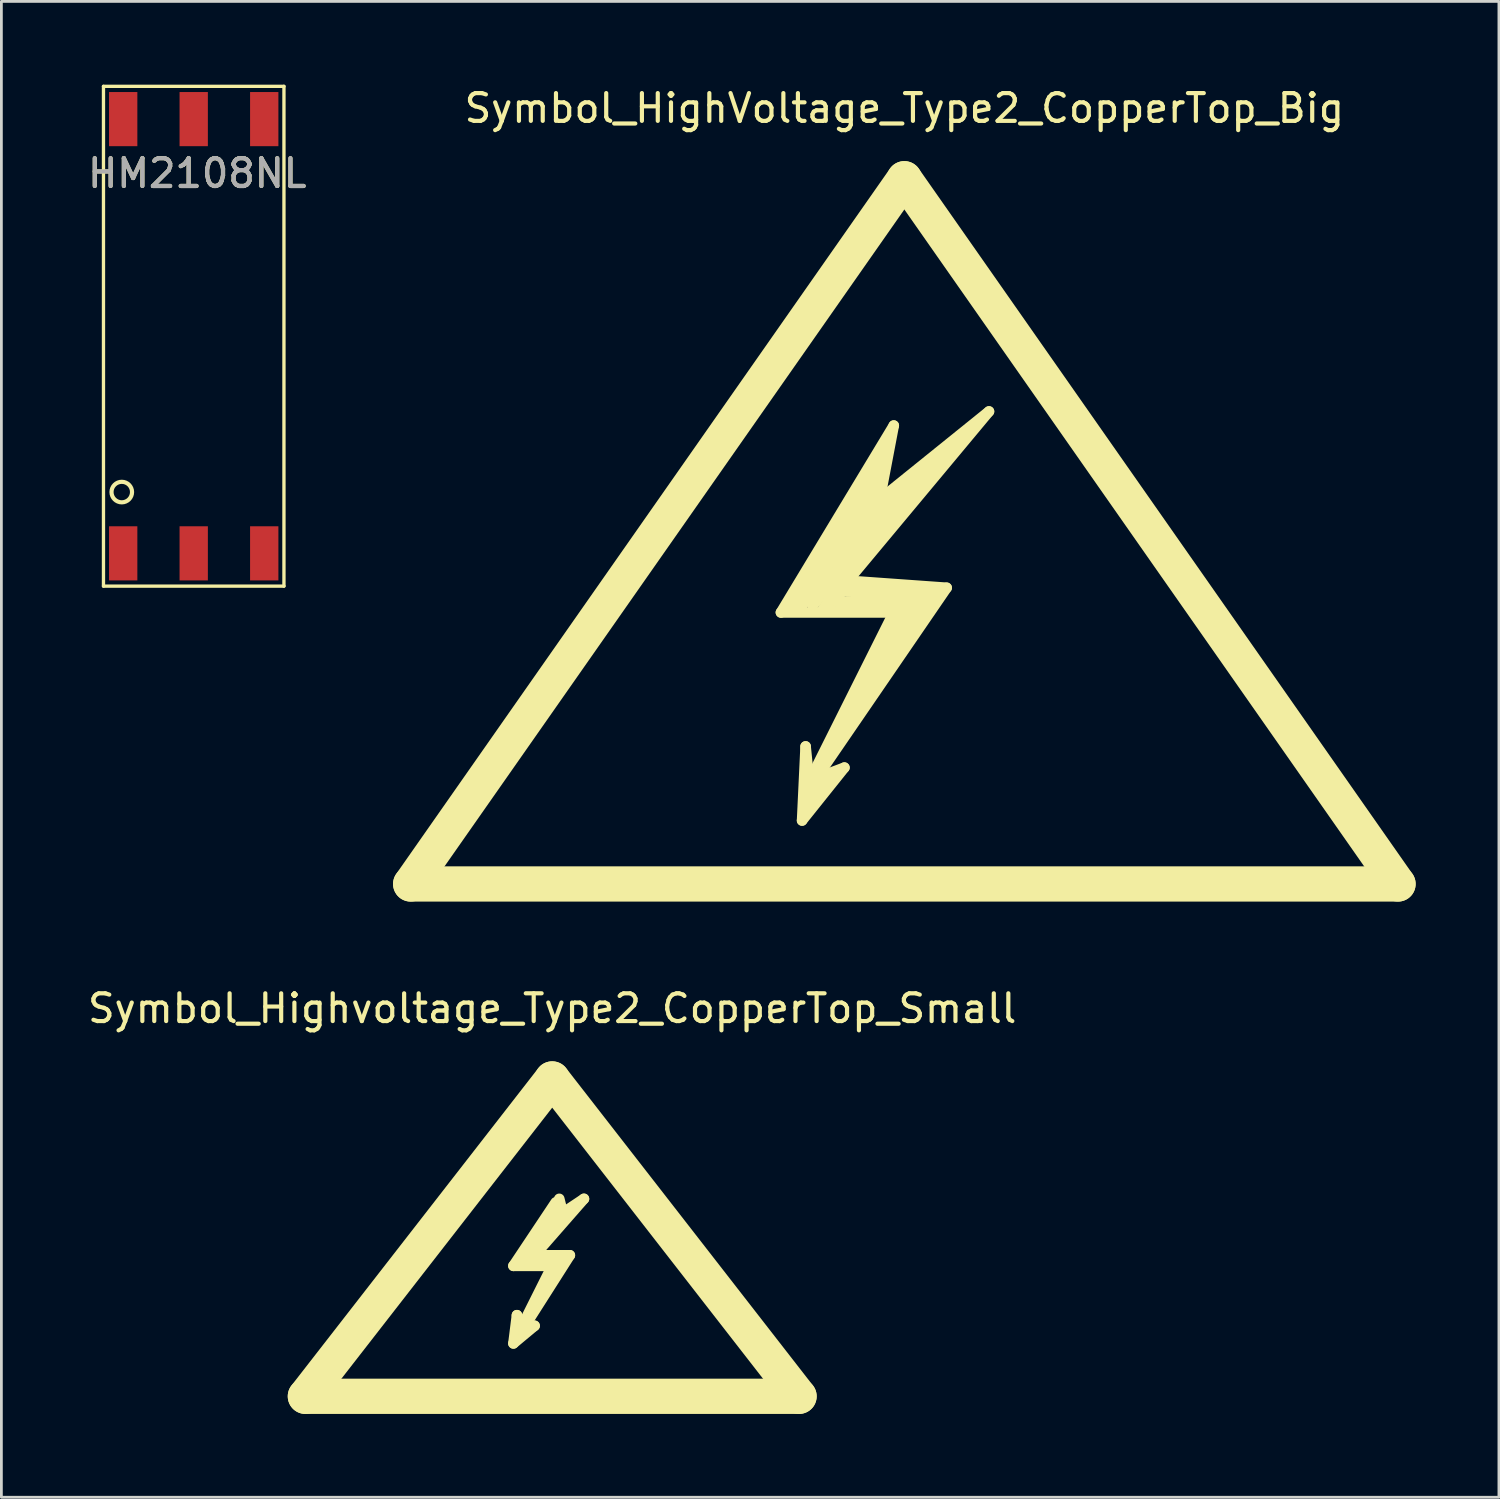
<source format=kicad_pcb>
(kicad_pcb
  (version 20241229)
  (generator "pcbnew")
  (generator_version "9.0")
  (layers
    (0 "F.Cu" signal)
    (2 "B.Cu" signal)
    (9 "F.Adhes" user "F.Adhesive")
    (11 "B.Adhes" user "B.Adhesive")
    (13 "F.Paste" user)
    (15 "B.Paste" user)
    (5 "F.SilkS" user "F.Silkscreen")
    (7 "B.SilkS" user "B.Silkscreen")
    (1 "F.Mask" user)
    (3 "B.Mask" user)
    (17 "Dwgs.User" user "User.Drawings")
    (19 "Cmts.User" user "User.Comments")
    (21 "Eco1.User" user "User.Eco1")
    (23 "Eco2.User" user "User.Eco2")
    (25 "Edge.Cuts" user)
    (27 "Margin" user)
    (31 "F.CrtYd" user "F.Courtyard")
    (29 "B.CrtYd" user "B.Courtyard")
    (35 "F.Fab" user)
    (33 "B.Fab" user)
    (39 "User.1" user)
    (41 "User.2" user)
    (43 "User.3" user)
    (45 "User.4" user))
  (footprint "HM2108NL"
    (layer "F.Cu")
    (at 3.927 9.06)
    (property "Reference" "HM2108NL" (at 0.127 -5.867 0) (layer "F.SilkS") (effects (font (size 1 1) (thickness 0.15))))
    (attr smd)
    (fp_line (start -3.25 -9) (end 3.25 -9) (stroke (width 0.12) (type solid)) (layer "F.SilkS"))
    (fp_line (start -3.25 9) (end -3.25 -9) (stroke (width 0.12) (type solid)) (layer "F.SilkS"))
    (fp_line (start 3.25 -9) (end 3.25 9) (stroke (width 0.12) (type solid)) (layer "F.SilkS"))
    (fp_line (start 3.25 9) (end -3.25 9) (stroke (width 0.12) (type solid)) (layer "F.SilkS"))
    (fp_circle (center -2.591 5.613) (end -2.235 5.512) (stroke (width 0.15) (type solid)) (fill no) (layer "F.SilkS"))
    (fp_text user "${REFERENCE}" (at 0.127 -5.867 0) (layer "F.Fab") (effects (font (size 1 1) (thickness 0.15))))
    (pad "1" smd rect (at -2.54 7.82) (size 1.02 1.95) (layers "F.Cu" "F.Mask" "F.Paste"))
    (pad "2" smd rect (at 0 7.82) (size 1.02 1.95) (layers "F.Cu" "F.Mask" "F.Paste"))
    (pad "3" smd rect (at 2.54 7.82) (size 1.02 1.95) (layers "F.Cu" "F.Mask" "F.Paste"))
    (pad "4" smd rect (at -2.54 -7.82) (size 1.02 1.95) (layers "F.Cu" "F.Mask" "F.Paste"))
    (pad "5" smd rect (at 0 -7.82) (size 1.02 1.95) (layers "F.Cu" "F.Mask" "F.Paste"))
    (pad "6" smd rect (at 2.54 -7.82) (size 1.02 1.95) (layers "F.Cu" "F.Mask" "F.Paste")))
  (footprint "Symbol_Highvoltage_Type2_CopperTop_Small"
    (layer "F.Cu")
    (at 16.839 43.431)
    (property "Reference" "Symbol_Highvoltage_Type2_CopperTop_Small" (at 0 -10.16 0) (layer "F.SilkS") (effects (font (size 1 1) (thickness 0.15))))
    (attr exclude_from_pos_files exclude_from_bom)
    (fp_line (start -8.89 3.81) (end 0 -7.62) (stroke (width 1.27) (type solid)) (layer "F.SilkS"))
    (fp_line (start -1.397 -0.889) (end 0 -0.889) (stroke (width 0.381) (type solid)) (layer "F.SilkS"))
    (fp_line (start -1.397 1.905) (end -0.635 1.27) (stroke (width 0.381) (type solid)) (layer "F.SilkS"))
    (fp_line (start -1.27 0.889) (end -1.397 1.905) (stroke (width 0.381) (type solid)) (layer "F.SilkS"))
    (fp_line (start -1.143 1.397) (end -1.27 0.889) (stroke (width 0.381) (type solid)) (layer "F.SilkS"))
    (fp_line (start -1.143 1.524) (end 0.635 -1.27) (stroke (width 0.381) (type solid)) (layer "F.SilkS"))
    (fp_line (start -1.016 -1.016) (end 0.254 -1.016) (stroke (width 0.381) (type solid)) (layer "F.SilkS"))
    (fp_line (start -0.635 -1.27) (end 1.143 -3.302) (stroke (width 0.381) (type solid)) (layer "F.SilkS"))
    (fp_line (start -0.635 1.27) (end -1.143 1.524) (stroke (width 0.381) (type solid)) (layer "F.SilkS"))
    (fp_line (start 0 -7.62) (end 8.89 3.81) (stroke (width 1.27) (type solid)) (layer "F.SilkS"))
    (fp_line (start 0 -0.889) (end -1.143 1.397) (stroke (width 0.381) (type solid)) (layer "F.SilkS"))
    (fp_line (start 0.127 -3.175) (end -1.397 -0.889) (stroke (width 0.381) (type solid)) (layer "F.SilkS"))
    (fp_line (start 0.381 -2.921) (end -1.016 -1.016) (stroke (width 0.381) (type solid)) (layer "F.SilkS"))
    (fp_line (start 0.381 -2.794) (end 0.254 -3.302) (stroke (width 0.381) (type solid)) (layer "F.SilkS"))
    (fp_line (start 0.635 -1.27) (end -0.635 -1.27) (stroke (width 0.381) (type solid)) (layer "F.SilkS"))
    (fp_line (start 1.143 -3.302) (end 0.381 -2.794) (stroke (width 0.381) (type solid)) (layer "F.SilkS"))
    (fp_line (start 8.89 3.81) (end -8.89 3.81) (stroke (width 1.27) (type solid)) (layer "F.SilkS")))
  (footprint "Symbol_HighVoltage_Type2_CopperTop_Big"
    (layer "F.Cu")
    (at 29.522 18.628)
    (property "Reference" "Symbol_HighVoltage_Type2_CopperTop_Big" (at 0 -17.78 0) (layer "F.SilkS") (effects (font (size 1 1) (thickness 0.15))))
    (attr exclude_from_pos_files exclude_from_bom)
    (fp_line (start -17.78 10.16) (end 0 -15.24) (stroke (width 1.27) (type solid)) (layer "F.SilkS"))
    (fp_line (start -4.445 0.381) (end -0.381 0.381) (stroke (width 0.381) (type solid)) (layer "F.SilkS"))
    (fp_line (start -4.064 0.254) (end -0.889 -4.318) (stroke (width 0.381) (type solid)) (layer "F.SilkS"))
    (fp_line (start -3.683 0.127) (end -1.016 -3.556) (stroke (width 0.381) (type solid)) (layer "F.SilkS"))
    (fp_line (start -3.683 7.874) (end -2.159 5.969) (stroke (width 0.381) (type solid)) (layer "F.SilkS"))
    (fp_line (start -3.556 5.207) (end -3.683 7.874) (stroke (width 0.381) (type solid)) (layer "F.SilkS"))
    (fp_line (start -3.556 7.239) (end -3.175 6.35) (stroke (width 0.381) (type solid)) (layer "F.SilkS"))
    (fp_line (start -3.429 6.477) (end -3.556 5.207) (stroke (width 0.381) (type solid)) (layer "F.SilkS"))
    (fp_line (start -3.302 0.127) (end 1.397 -5.207) (stroke (width 0.381) (type solid)) (layer "F.SilkS"))
    (fp_line (start -3.175 6.096) (end -3.048 6.223) (stroke (width 0.381) (type solid)) (layer "F.SilkS"))
    (fp_line (start -3.175 6.35) (end -3.048 5.969) (stroke (width 0.381) (type solid)) (layer "F.SilkS"))
    (fp_line (start -3.175 6.35) (end 1.524 -0.508) (stroke (width 0.381) (type solid)) (layer "F.SilkS"))
    (fp_line (start -3.048 5.969) (end -3.175 6.096) (stroke (width 0.381) (type solid)) (layer "F.SilkS"))
    (fp_line (start -2.921 0.254) (end 0.762 0.127) (stroke (width 0.381) (type solid)) (layer "F.SilkS"))
    (fp_line (start -2.794 6.477) (end -3.556 7.239) (stroke (width 0.381) (type solid)) (layer "F.SilkS"))
    (fp_line (start -2.667 5.461) (end 0.127 0.127) (stroke (width 0.381) (type solid)) (layer "F.SilkS"))
    (fp_line (start -2.413 0) (end 0.635 -0.127) (stroke (width 0.381) (type solid)) (layer "F.SilkS"))
    (fp_line (start -2.286 -1.524) (end 0.254 -4.445) (stroke (width 0.381) (type solid)) (layer "F.SilkS"))
    (fp_line (start -2.286 -1.016) (end -2.032 -0.381) (stroke (width 0.381) (type solid)) (layer "F.SilkS"))
    (fp_line (start -2.286 -0.381) (end -2.413 0) (stroke (width 0.381) (type solid)) (layer "F.SilkS"))
    (fp_line (start -2.159 5.969) (end -3.175 6.35) (stroke (width 0.381) (type solid)) (layer "F.SilkS"))
    (fp_line (start -2.032 -0.762) (end 3.048 -6.858) (stroke (width 0.381) (type solid)) (layer "F.SilkS"))
    (fp_line (start -1.016 -3.556) (end -3.302 0.127) (stroke (width 0.381) (type solid)) (layer "F.SilkS"))
    (fp_line (start -0.889 -4.318) (end -3.683 0.127) (stroke (width 0.381) (type solid)) (layer "F.SilkS"))
    (fp_line (start -0.889 -3.683) (end -0.381 -6.35) (stroke (width 0.381) (type solid)) (layer "F.SilkS"))
    (fp_line (start -0.762 -5.588) (end -0.889 -4.953) (stroke (width 0.381) (type solid)) (layer "F.SilkS"))
    (fp_line (start -0.762 -5.08) (end -4.064 0.254) (stroke (width 0.381) (type solid)) (layer "F.SilkS"))
    (fp_line (start -0.381 -6.35) (end -4.445 0.381) (stroke (width 0.381) (type solid)) (layer "F.SilkS"))
    (fp_line (start -0.381 0.381) (end -3.429 6.477) (stroke (width 0.381) (type solid)) (layer "F.SilkS"))
    (fp_line (start 0 -15.24) (end 17.78 10.16) (stroke (width 1.27) (type solid)) (layer "F.SilkS"))
    (fp_line (start 0.127 0.127) (end 0.762 0.127) (stroke (width 0.381) (type solid)) (layer "F.SilkS"))
    (fp_line (start 0.254 -4.445) (end -2.921 0.254) (stroke (width 0.381) (type solid)) (layer "F.SilkS"))
    (fp_line (start 0.635 -0.127) (end -2.667 5.461) (stroke (width 0.381) (type solid)) (layer "F.SilkS"))
    (fp_line (start 0.762 0.127) (end -0.508 2.159) (stroke (width 0.381) (type solid)) (layer "F.SilkS"))
    (fp_line (start 0.762 0.127) (end 1.143 -0.381) (stroke (width 0.381) (type solid)) (layer "F.SilkS"))
    (fp_line (start 1.143 -0.381) (end -2.286 -0.381) (stroke (width 0.381) (type solid)) (layer "F.SilkS"))
    (fp_line (start 1.397 -5.207) (end -2.286 -1.524) (stroke (width 0.381) (type solid)) (layer "F.SilkS"))
    (fp_line (start 1.524 -0.508) (end -2.032 -0.762) (stroke (width 0.381) (type solid)) (layer "F.SilkS"))
    (fp_line (start 1.778 -5.461) (end -1.143 -3.175) (stroke (width 0.381) (type solid)) (layer "F.SilkS"))
    (fp_line (start 3.048 -6.858) (end -0.889 -3.683) (stroke (width 0.381) (type solid)) (layer "F.SilkS"))
    (fp_line (start 17.78 10.16) (end -17.78 10.16) (stroke (width 1.27) (type solid)) (layer "F.SilkS")))
  (gr_rect
    (start -3 -3)
    (end 50.937 50.877)
    (stroke (width 0.1) (type default))
    (fill no)
    (layer "Edge.Cuts")))
</source>
